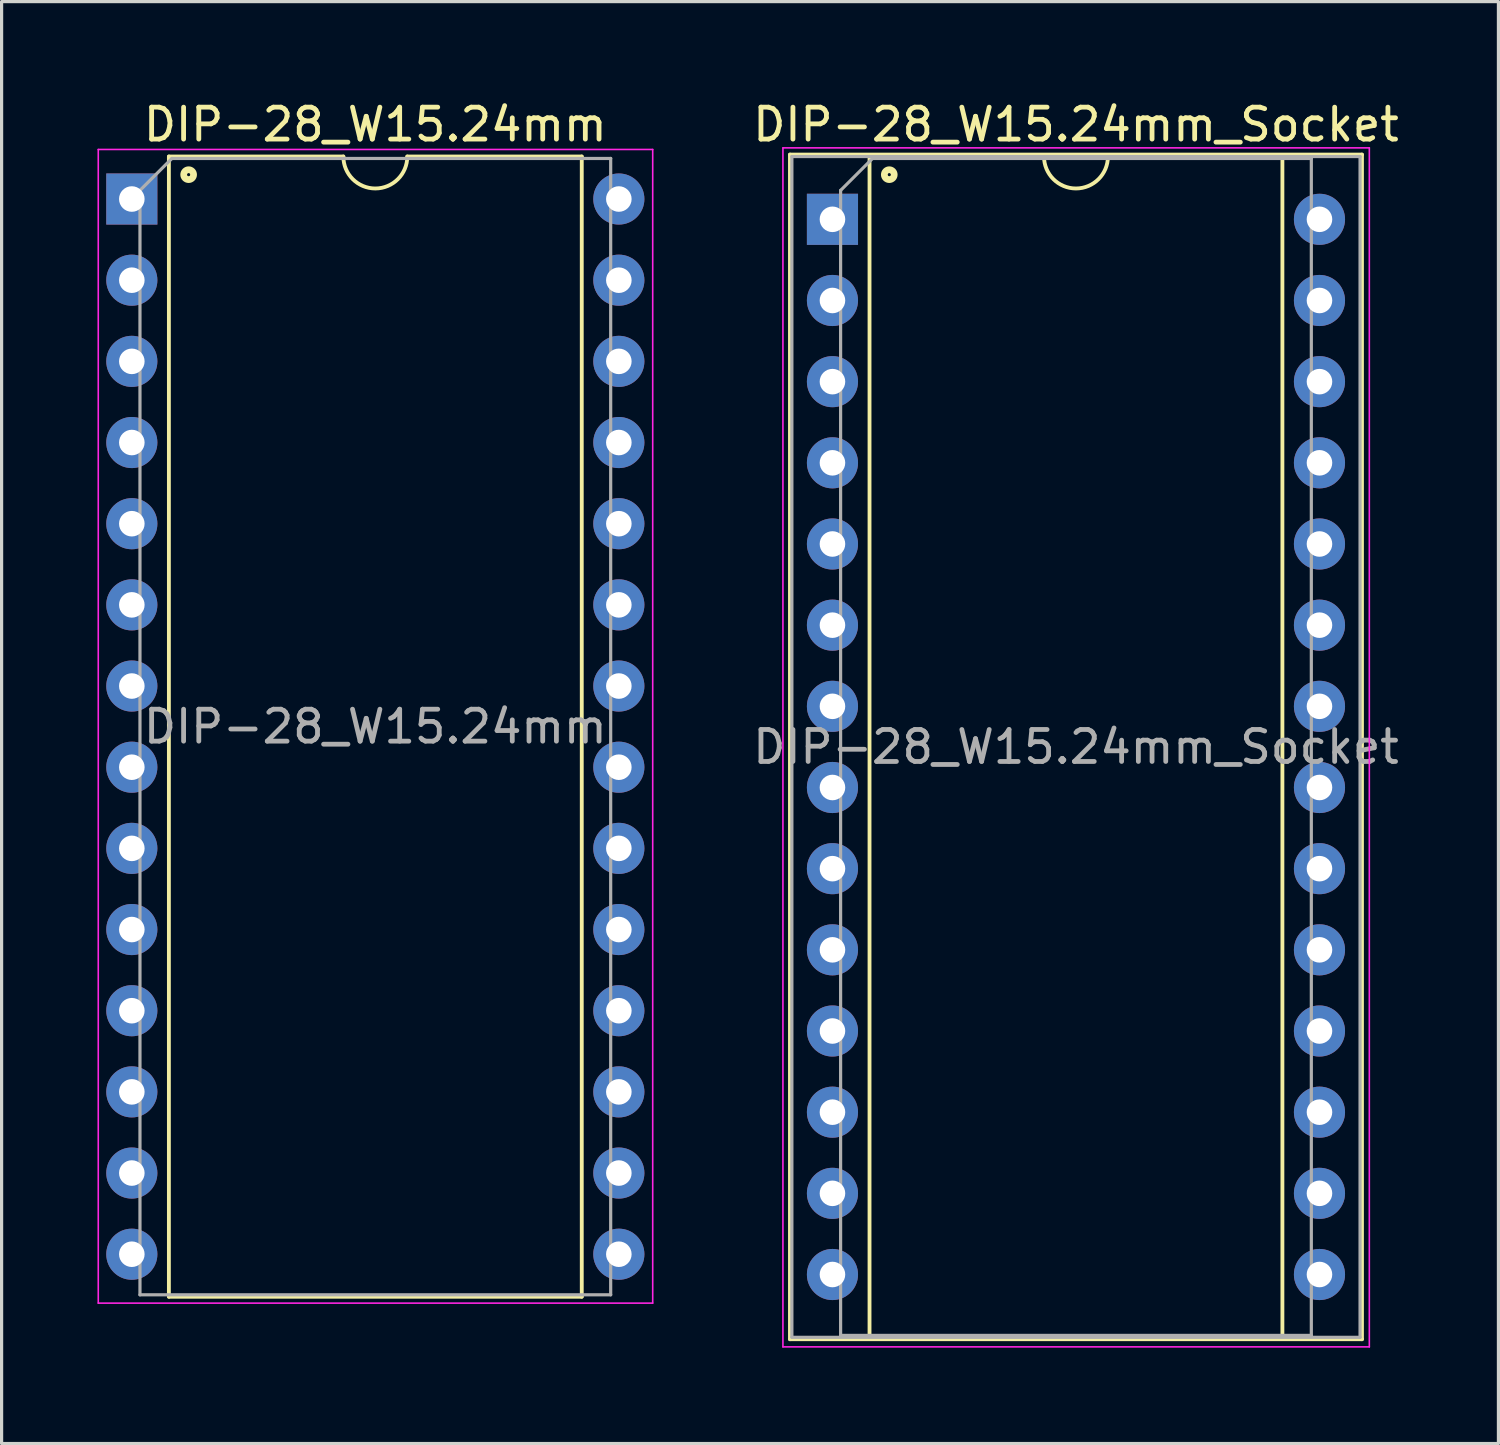
<source format=kicad_pcb>
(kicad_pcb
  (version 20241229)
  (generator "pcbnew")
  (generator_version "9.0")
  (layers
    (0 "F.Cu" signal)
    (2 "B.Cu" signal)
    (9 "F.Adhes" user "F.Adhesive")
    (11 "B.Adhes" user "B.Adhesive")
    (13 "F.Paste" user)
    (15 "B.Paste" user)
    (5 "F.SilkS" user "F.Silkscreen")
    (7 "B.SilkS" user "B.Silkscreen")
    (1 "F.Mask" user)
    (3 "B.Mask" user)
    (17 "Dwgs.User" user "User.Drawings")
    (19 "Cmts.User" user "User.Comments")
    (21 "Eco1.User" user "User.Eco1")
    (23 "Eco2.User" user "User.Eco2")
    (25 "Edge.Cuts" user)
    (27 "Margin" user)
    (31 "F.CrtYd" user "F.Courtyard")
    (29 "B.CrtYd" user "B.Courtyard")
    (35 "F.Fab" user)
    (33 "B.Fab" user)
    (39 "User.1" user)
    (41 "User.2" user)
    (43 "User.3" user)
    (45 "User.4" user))
  (footprint "DIP-28_W15.24mm_Socket"
    (layer "F.Cu")
    (at 23 3.813)
    (property "Reference" "DIP-28_W15.24mm_Socket" (at 7.62 -2.965 0) (layer "F.SilkS") (effects (font (size 1 1) (thickness 0.15))))
    (attr through_hole)
    (fp_line (start -1.33 -2.025) (end -1.33 35.045) (stroke (width 0.12) (type solid)) (layer "F.SilkS"))
    (fp_line (start -1.33 35.045) (end 16.57 35.045) (stroke (width 0.12) (type solid)) (layer "F.SilkS"))
    (fp_line (start 1.16 -1.965) (end 1.16 34.985) (stroke (width 0.12) (type solid)) (layer "F.SilkS"))
    (fp_line (start 1.16 34.985) (end 14.08 34.985) (stroke (width 0.12) (type solid)) (layer "F.SilkS"))
    (fp_line (start 6.62 -1.965) (end 1.16 -1.965) (stroke (width 0.12) (type solid)) (layer "F.SilkS"))
    (fp_line (start 14.08 -1.965) (end 8.62 -1.965) (stroke (width 0.12) (type solid)) (layer "F.SilkS"))
    (fp_line (start 14.08 34.985) (end 14.08 -1.965) (stroke (width 0.12) (type solid)) (layer "F.SilkS"))
    (fp_line (start 16.57 -2.025) (end -1.33 -2.025) (stroke (width 0.12) (type solid)) (layer "F.SilkS"))
    (fp_line (start 16.57 35.045) (end 16.57 -2.025) (stroke (width 0.12) (type solid)) (layer "F.SilkS"))
    (fp_arc (start 8.62 -1.965) (mid 7.62 -0.965) (end 6.62 -1.965) (stroke (width 0.12) (type solid)) (layer "F.SilkS"))
    (fp_circle (center 1.778 -1.397) (end 1.828 -1.397) (stroke (width 0.12) (type solid)) (fill no) (layer "F.SilkS"))
    (fp_circle (center 1.778 -1.397) (end 1.903 -1.397) (stroke (width 0.12) (type solid)) (fill no) (layer "F.SilkS"))
    (fp_circle (center 1.778 -1.397) (end 1.978 -1.397) (stroke (width 0.12) (type solid)) (fill no) (layer "F.SilkS"))
    (fp_line (start -1.55 -2.235) (end -1.55 35.285) (stroke (width 0.05) (type solid)) (layer "F.CrtYd"))
    (fp_line (start -1.55 35.285) (end 16.8 35.285) (stroke (width 0.05) (type solid)) (layer "F.CrtYd"))
    (fp_line (start 16.8 -2.235) (end -1.55 -2.235) (stroke (width 0.05) (type solid)) (layer "F.CrtYd"))
    (fp_line (start 16.8 35.285) (end 16.8 -2.235) (stroke (width 0.05) (type solid)) (layer "F.CrtYd"))
    (fp_line (start -1.27 -1.965) (end -1.27 34.985) (stroke (width 0.1) (type solid)) (layer "F.Fab"))
    (fp_line (start -1.27 34.985) (end 16.51 34.985) (stroke (width 0.1) (type solid)) (layer "F.Fab"))
    (fp_line (start 0.255 -0.905) (end 1.255 -1.905) (stroke (width 0.1) (type solid)) (layer "F.Fab"))
    (fp_line (start 0.255 34.925) (end 0.255 -0.905) (stroke (width 0.1) (type solid)) (layer "F.Fab"))
    (fp_line (start 1.255 -1.905) (end 14.985 -1.905) (stroke (width 0.1) (type solid)) (layer "F.Fab"))
    (fp_line (start 14.985 -1.905) (end 14.985 34.925) (stroke (width 0.1) (type solid)) (layer "F.Fab"))
    (fp_line (start 14.985 34.925) (end 0.255 34.925) (stroke (width 0.1) (type solid)) (layer "F.Fab"))
    (fp_line (start 16.51 -1.965) (end -1.27 -1.965) (stroke (width 0.1) (type solid)) (layer "F.Fab"))
    (fp_line (start 16.51 34.985) (end 16.51 -1.965) (stroke (width 0.1) (type solid)) (layer "F.Fab"))
    (fp_text user "${REFERENCE}" (at 7.62 16.51 0) (layer "F.Fab") (effects (font (size 1 1) (thickness 0.15))))
    (pad "1" thru_hole rect (at 0 0) (size 1.6 1.6) (drill 0.8) (layers "*.Cu" "*.Mask"))
    (pad "2" thru_hole oval (at 0 2.54) (size 1.6 1.6) (drill 0.8) (layers "*.Cu" "*.Mask"))
    (pad "3" thru_hole oval (at 0 5.08) (size 1.6 1.6) (drill 0.8) (layers "*.Cu" "*.Mask"))
    (pad "4" thru_hole oval (at 0 7.62) (size 1.6 1.6) (drill 0.8) (layers "*.Cu" "*.Mask"))
    (pad "5" thru_hole oval (at 0 10.16) (size 1.6 1.6) (drill 0.8) (layers "*.Cu" "*.Mask"))
    (pad "6" thru_hole oval (at 0 12.7) (size 1.6 1.6) (drill 0.8) (layers "*.Cu" "*.Mask"))
    (pad "7" thru_hole oval (at 0 15.24) (size 1.6 1.6) (drill 0.8) (layers "*.Cu" "*.Mask"))
    (pad "8" thru_hole oval (at 0 17.78) (size 1.6 1.6) (drill 0.8) (layers "*.Cu" "*.Mask"))
    (pad "9" thru_hole oval (at 0 20.32) (size 1.6 1.6) (drill 0.8) (layers "*.Cu" "*.Mask"))
    (pad "10" thru_hole oval (at 0 22.86) (size 1.6 1.6) (drill 0.8) (layers "*.Cu" "*.Mask"))
    (pad "11" thru_hole oval (at 0 25.4) (size 1.6 1.6) (drill 0.8) (layers "*.Cu" "*.Mask"))
    (pad "12" thru_hole oval (at 0 27.94) (size 1.6 1.6) (drill 0.8) (layers "*.Cu" "*.Mask"))
    (pad "13" thru_hole oval (at 0 30.48) (size 1.6 1.6) (drill 0.8) (layers "*.Cu" "*.Mask"))
    (pad "14" thru_hole oval (at 0 33.02) (size 1.6 1.6) (drill 0.8) (layers "*.Cu" "*.Mask"))
    (pad "15" thru_hole oval (at 15.24 33.02) (size 1.6 1.6) (drill 0.8) (layers "*.Cu" "*.Mask"))
    (pad "16" thru_hole oval (at 15.24 30.48) (size 1.6 1.6) (drill 0.8) (layers "*.Cu" "*.Mask"))
    (pad "17" thru_hole oval (at 15.24 27.94) (size 1.6 1.6) (drill 0.8) (layers "*.Cu" "*.Mask"))
    (pad "18" thru_hole oval (at 15.24 25.4) (size 1.6 1.6) (drill 0.8) (layers "*.Cu" "*.Mask"))
    (pad "19" thru_hole oval (at 15.24 22.86) (size 1.6 1.6) (drill 0.8) (layers "*.Cu" "*.Mask"))
    (pad "20" thru_hole oval (at 15.24 20.32) (size 1.6 1.6) (drill 0.8) (layers "*.Cu" "*.Mask"))
    (pad "21" thru_hole oval (at 15.24 17.78) (size 1.6 1.6) (drill 0.8) (layers "*.Cu" "*.Mask"))
    (pad "22" thru_hole oval (at 15.24 15.24) (size 1.6 1.6) (drill 0.8) (layers "*.Cu" "*.Mask"))
    (pad "23" thru_hole oval (at 15.24 12.7) (size 1.6 1.6) (drill 0.8) (layers "*.Cu" "*.Mask"))
    (pad "24" thru_hole oval (at 15.24 10.16) (size 1.6 1.6) (drill 0.8) (layers "*.Cu" "*.Mask"))
    (pad "25" thru_hole oval (at 15.24 7.62) (size 1.6 1.6) (drill 0.8) (layers "*.Cu" "*.Mask"))
    (pad "26" thru_hole oval (at 15.24 5.08) (size 1.6 1.6) (drill 0.8) (layers "*.Cu" "*.Mask"))
    (pad "27" thru_hole oval (at 15.24 2.54) (size 1.6 1.6) (drill 0.8) (layers "*.Cu" "*.Mask"))
    (pad "28" thru_hole oval (at 15.24 0) (size 1.6 1.6) (drill 0.8) (layers "*.Cu" "*.Mask")))
  (footprint "DIP-28_W15.24mm"
    (layer "F.Cu")
    (at 1.075 3.178)
    (property "Reference" "DIP-28_W15.24mm" (at 7.62 -2.33 0) (layer "F.SilkS") (effects (font (size 1 1) (thickness 0.15))))
    (attr through_hole)
    (fp_line (start 1.16 -1.33) (end 1.16 34.35) (stroke (width 0.12) (type solid)) (layer "F.SilkS"))
    (fp_line (start 1.16 34.35) (end 14.08 34.35) (stroke (width 0.12) (type solid)) (layer "F.SilkS"))
    (fp_line (start 6.62 -1.33) (end 1.16 -1.33) (stroke (width 0.12) (type solid)) (layer "F.SilkS"))
    (fp_line (start 14.08 -1.33) (end 8.62 -1.33) (stroke (width 0.12) (type solid)) (layer "F.SilkS"))
    (fp_line (start 14.08 34.35) (end 14.08 -1.33) (stroke (width 0.12) (type solid)) (layer "F.SilkS"))
    (fp_arc (start 8.62 -1.33) (mid 7.62 -0.33) (end 6.62 -1.33) (stroke (width 0.12) (type solid)) (layer "F.SilkS"))
    (fp_circle (center 1.778 -0.762) (end 1.828 -0.762) (stroke (width 0.12) (type solid)) (fill no) (layer "F.SilkS"))
    (fp_circle (center 1.778 -0.762) (end 1.903 -0.762) (stroke (width 0.12) (type solid)) (fill no) (layer "F.SilkS"))
    (fp_circle (center 1.778 -0.762) (end 1.978 -0.762) (stroke (width 0.12) (type solid)) (fill no) (layer "F.SilkS"))
    (fp_line (start -1.05 -1.55) (end -1.05 34.55) (stroke (width 0.05) (type solid)) (layer "F.CrtYd"))
    (fp_line (start -1.05 34.55) (end 16.3 34.55) (stroke (width 0.05) (type solid)) (layer "F.CrtYd"))
    (fp_line (start 16.3 -1.55) (end -1.05 -1.55) (stroke (width 0.05) (type solid)) (layer "F.CrtYd"))
    (fp_line (start 16.3 34.55) (end 16.3 -1.55) (stroke (width 0.05) (type solid)) (layer "F.CrtYd"))
    (fp_line (start 0.255 -0.27) (end 1.255 -1.27) (stroke (width 0.1) (type solid)) (layer "F.Fab"))
    (fp_line (start 0.255 34.29) (end 0.255 -0.27) (stroke (width 0.1) (type solid)) (layer "F.Fab"))
    (fp_line (start 1.255 -1.27) (end 14.985 -1.27) (stroke (width 0.1) (type solid)) (layer "F.Fab"))
    (fp_line (start 14.985 -1.27) (end 14.985 34.29) (stroke (width 0.1) (type solid)) (layer "F.Fab"))
    (fp_line (start 14.985 34.29) (end 0.255 34.29) (stroke (width 0.1) (type solid)) (layer "F.Fab"))
    (fp_text user "${REFERENCE}" (at 7.62 16.51 0) (layer "F.Fab") (effects (font (size 1 1) (thickness 0.15))))
    (pad "1" thru_hole rect (at 0 0) (size 1.6 1.6) (drill 0.8) (layers "*.Cu" "*.Mask"))
    (pad "2" thru_hole oval (at 0 2.54) (size 1.6 1.6) (drill 0.8) (layers "*.Cu" "*.Mask"))
    (pad "3" thru_hole oval (at 0 5.08) (size 1.6 1.6) (drill 0.8) (layers "*.Cu" "*.Mask"))
    (pad "4" thru_hole oval (at 0 7.62) (size 1.6 1.6) (drill 0.8) (layers "*.Cu" "*.Mask"))
    (pad "5" thru_hole oval (at 0 10.16) (size 1.6 1.6) (drill 0.8) (layers "*.Cu" "*.Mask"))
    (pad "6" thru_hole oval (at 0 12.7) (size 1.6 1.6) (drill 0.8) (layers "*.Cu" "*.Mask"))
    (pad "7" thru_hole oval (at 0 15.24) (size 1.6 1.6) (drill 0.8) (layers "*.Cu" "*.Mask"))
    (pad "8" thru_hole oval (at 0 17.78) (size 1.6 1.6) (drill 0.8) (layers "*.Cu" "*.Mask"))
    (pad "9" thru_hole oval (at 0 20.32) (size 1.6 1.6) (drill 0.8) (layers "*.Cu" "*.Mask"))
    (pad "10" thru_hole oval (at 0 22.86) (size 1.6 1.6) (drill 0.8) (layers "*.Cu" "*.Mask"))
    (pad "11" thru_hole oval (at 0 25.4) (size 1.6 1.6) (drill 0.8) (layers "*.Cu" "*.Mask"))
    (pad "12" thru_hole oval (at 0 27.94) (size 1.6 1.6) (drill 0.8) (layers "*.Cu" "*.Mask"))
    (pad "13" thru_hole oval (at 0 30.48) (size 1.6 1.6) (drill 0.8) (layers "*.Cu" "*.Mask"))
    (pad "14" thru_hole oval (at 0 33.02) (size 1.6 1.6) (drill 0.8) (layers "*.Cu" "*.Mask"))
    (pad "15" thru_hole oval (at 15.24 33.02) (size 1.6 1.6) (drill 0.8) (layers "*.Cu" "*.Mask"))
    (pad "16" thru_hole oval (at 15.24 30.48) (size 1.6 1.6) (drill 0.8) (layers "*.Cu" "*.Mask"))
    (pad "17" thru_hole oval (at 15.24 27.94) (size 1.6 1.6) (drill 0.8) (layers "*.Cu" "*.Mask"))
    (pad "18" thru_hole oval (at 15.24 25.4) (size 1.6 1.6) (drill 0.8) (layers "*.Cu" "*.Mask"))
    (pad "19" thru_hole oval (at 15.24 22.86) (size 1.6 1.6) (drill 0.8) (layers "*.Cu" "*.Mask"))
    (pad "20" thru_hole oval (at 15.24 20.32) (size 1.6 1.6) (drill 0.8) (layers "*.Cu" "*.Mask"))
    (pad "21" thru_hole oval (at 15.24 17.78) (size 1.6 1.6) (drill 0.8) (layers "*.Cu" "*.Mask"))
    (pad "22" thru_hole oval (at 15.24 15.24) (size 1.6 1.6) (drill 0.8) (layers "*.Cu" "*.Mask"))
    (pad "23" thru_hole oval (at 15.24 12.7) (size 1.6 1.6) (drill 0.8) (layers "*.Cu" "*.Mask"))
    (pad "24" thru_hole oval (at 15.24 10.16) (size 1.6 1.6) (drill 0.8) (layers "*.Cu" "*.Mask"))
    (pad "25" thru_hole oval (at 15.24 7.62) (size 1.6 1.6) (drill 0.8) (layers "*.Cu" "*.Mask"))
    (pad "26" thru_hole oval (at 15.24 5.08) (size 1.6 1.6) (drill 0.8) (layers "*.Cu" "*.Mask"))
    (pad "27" thru_hole oval (at 15.24 2.54) (size 1.6 1.6) (drill 0.8) (layers "*.Cu" "*.Mask"))
    (pad "28" thru_hole oval (at 15.24 0) (size 1.6 1.6) (drill 0.8) (layers "*.Cu" "*.Mask")))
  (gr_rect
    (start -3 -3)
    (end 43.84 42.123)
    (stroke (width 0.1) (type default))
    (fill no)
    (layer "Edge.Cuts")))
</source>
